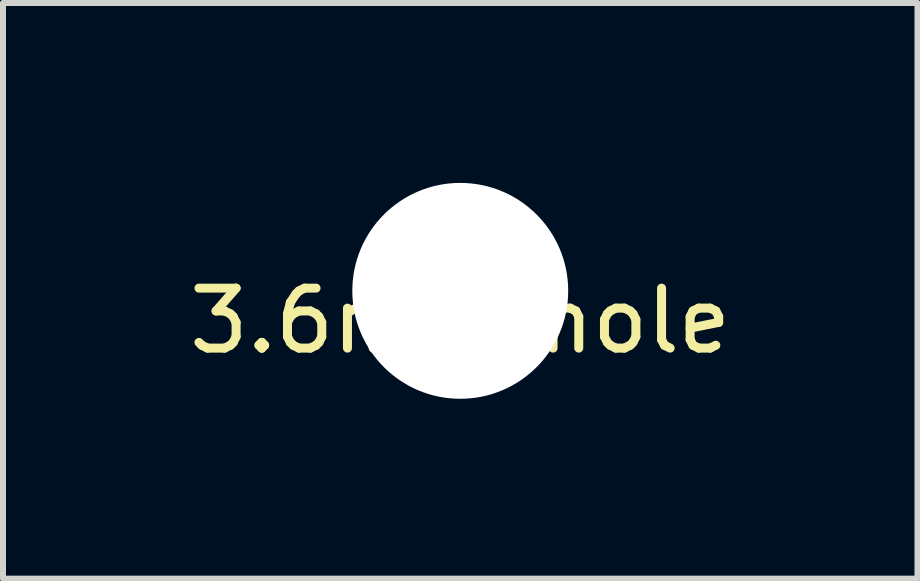
<source format=kicad_pcb>
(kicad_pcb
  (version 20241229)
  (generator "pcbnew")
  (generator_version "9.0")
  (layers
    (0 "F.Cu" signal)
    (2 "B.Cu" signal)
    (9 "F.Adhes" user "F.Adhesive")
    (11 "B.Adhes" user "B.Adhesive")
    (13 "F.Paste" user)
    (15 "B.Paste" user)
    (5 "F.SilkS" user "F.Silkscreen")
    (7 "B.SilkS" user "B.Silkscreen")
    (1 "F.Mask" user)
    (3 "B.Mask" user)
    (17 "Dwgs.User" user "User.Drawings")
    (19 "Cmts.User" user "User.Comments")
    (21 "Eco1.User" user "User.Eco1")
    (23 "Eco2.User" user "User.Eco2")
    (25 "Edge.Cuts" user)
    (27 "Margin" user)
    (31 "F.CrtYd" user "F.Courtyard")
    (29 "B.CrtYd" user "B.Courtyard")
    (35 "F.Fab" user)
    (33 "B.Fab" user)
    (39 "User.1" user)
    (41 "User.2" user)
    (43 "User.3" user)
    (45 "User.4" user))
  (footprint "3.6mm_hole"
    (layer "F.Cu")
    (at 4.625 1.8)
    (property "Reference" "3.6mm_hole" (at 0 0.5 180) (layer "F.SilkS") (effects (font (size 1 1) (thickness 0.15))))
    (attr through_hole)
    (pad "" np_thru_hole circle (at 0 0) (size 3.6 3.6) (drill 3.6) (layers "*.Cu" "*.Mask")))
  (gr_rect
    (start -3 -3)
    (end 12.25 6.6)
    (stroke (width 0.1) (type default))
    (fill no)
    (layer "Edge.Cuts")))
</source>
